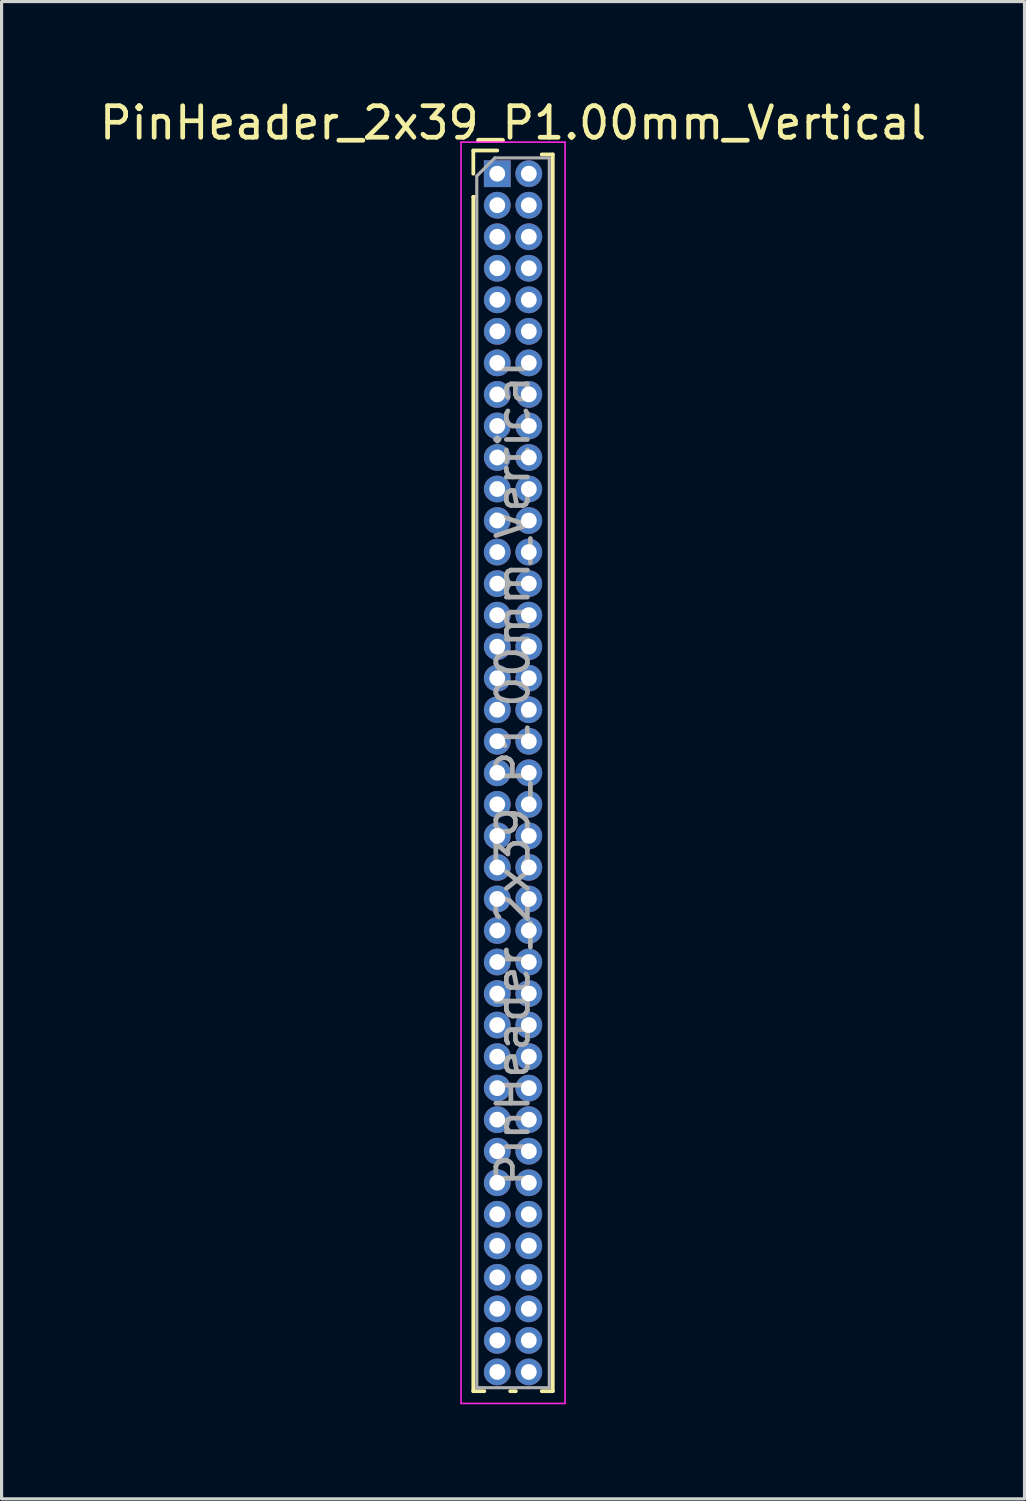
<source format=kicad_pcb>
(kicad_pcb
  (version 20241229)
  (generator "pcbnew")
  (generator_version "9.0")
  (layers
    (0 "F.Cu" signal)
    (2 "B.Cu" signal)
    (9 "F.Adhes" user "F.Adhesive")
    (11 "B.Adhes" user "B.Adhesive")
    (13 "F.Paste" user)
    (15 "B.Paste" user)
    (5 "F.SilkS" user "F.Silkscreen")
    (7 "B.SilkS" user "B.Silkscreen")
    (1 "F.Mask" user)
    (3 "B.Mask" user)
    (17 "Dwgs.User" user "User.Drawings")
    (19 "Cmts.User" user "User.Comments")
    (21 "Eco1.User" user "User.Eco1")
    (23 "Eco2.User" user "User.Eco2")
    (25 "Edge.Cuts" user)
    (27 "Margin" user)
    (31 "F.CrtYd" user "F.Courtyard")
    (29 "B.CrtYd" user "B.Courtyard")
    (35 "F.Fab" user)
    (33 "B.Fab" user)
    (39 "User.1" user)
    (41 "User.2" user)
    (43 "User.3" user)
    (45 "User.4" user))
  (footprint "PinHeader_2x39_P1.00mm_Vertical"
    (layer "F.Cu")
    (at 12.72 2.458)
    (property "Reference" "PinHeader_2x39_P1.00mm_Vertical" (at 0.5 -1.61 0) (layer "F.SilkS") (effects (font (size 1 1) (thickness 0.15))))
    (attr through_hole)
    (fp_line (start -0.76 -0.735) (end 0 -0.735) (stroke (width 0.12) (type solid)) (layer "F.SilkS"))
    (fp_line (start -0.76 0) (end -0.76 -0.735) (stroke (width 0.12) (type solid)) (layer "F.SilkS"))
    (fp_line (start -0.76 0.735) (end -0.76 38.61) (stroke (width 0.12) (type solid)) (layer "F.SilkS"))
    (fp_line (start -0.76 0.735) (end -0.686 0.735) (stroke (width 0.12) (type solid)) (layer "F.SilkS"))
    (fp_line (start -0.76 38.61) (end -0.41 38.61) (stroke (width 0.12) (type solid)) (layer "F.SilkS"))
    (fp_line (start 0.41 38.61) (end 0.59 38.61) (stroke (width 0.12) (type solid)) (layer "F.SilkS"))
    (fp_line (start 1.41 -0.61) (end 1.76 -0.61) (stroke (width 0.12) (type solid)) (layer "F.SilkS"))
    (fp_line (start 1.41 38.61) (end 1.76 38.61) (stroke (width 0.12) (type solid)) (layer "F.SilkS"))
    (fp_line (start 1.76 -0.61) (end 1.76 38.61) (stroke (width 0.12) (type solid)) (layer "F.SilkS"))
    (fp_line (start -1.15 -1) (end -1.15 39) (stroke (width 0.05) (type solid)) (layer "F.CrtYd"))
    (fp_line (start -1.15 39) (end 2.15 39) (stroke (width 0.05) (type solid)) (layer "F.CrtYd"))
    (fp_line (start 2.15 -1) (end -1.15 -1) (stroke (width 0.05) (type solid)) (layer "F.CrtYd"))
    (fp_line (start 2.15 39) (end 2.15 -1) (stroke (width 0.05) (type solid)) (layer "F.CrtYd"))
    (fp_line (start -0.65 0.075) (end -0.075 -0.5) (stroke (width 0.1) (type solid)) (layer "F.Fab"))
    (fp_line (start -0.65 38.5) (end -0.65 0.075) (stroke (width 0.1) (type solid)) (layer "F.Fab"))
    (fp_line (start -0.075 -0.5) (end 1.65 -0.5) (stroke (width 0.1) (type solid)) (layer "F.Fab"))
    (fp_line (start 1.65 -0.5) (end 1.65 38.5) (stroke (width 0.1) (type solid)) (layer "F.Fab"))
    (fp_line (start 1.65 38.5) (end -0.65 38.5) (stroke (width 0.1) (type solid)) (layer "F.Fab"))
    (fp_text user "${REFERENCE}" (at 0.5 19 90) (layer "F.Fab") (effects (font (size 1 1) (thickness 0.15))))
    (pad "1" thru_hole rect (at 0 0) (size 0.85 0.85) (drill 0.5) (layers "*.Cu" "*.Mask"))
    (pad "2" thru_hole circle (at 1 0) (size 0.85 0.85) (drill 0.5) (layers "*.Cu" "*.Mask"))
    (pad "3" thru_hole circle (at 0 1) (size 0.85 0.85) (drill 0.5) (layers "*.Cu" "*.Mask"))
    (pad "4" thru_hole circle (at 1 1) (size 0.85 0.85) (drill 0.5) (layers "*.Cu" "*.Mask"))
    (pad "5" thru_hole circle (at 0 2) (size 0.85 0.85) (drill 0.5) (layers "*.Cu" "*.Mask"))
    (pad "6" thru_hole circle (at 1 2) (size 0.85 0.85) (drill 0.5) (layers "*.Cu" "*.Mask"))
    (pad "7" thru_hole circle (at 0 3) (size 0.85 0.85) (drill 0.5) (layers "*.Cu" "*.Mask"))
    (pad "8" thru_hole circle (at 1 3) (size 0.85 0.85) (drill 0.5) (layers "*.Cu" "*.Mask"))
    (pad "9" thru_hole circle (at 0 4) (size 0.85 0.85) (drill 0.5) (layers "*.Cu" "*.Mask"))
    (pad "10" thru_hole circle (at 1 4) (size 0.85 0.85) (drill 0.5) (layers "*.Cu" "*.Mask"))
    (pad "11" thru_hole circle (at 0 5) (size 0.85 0.85) (drill 0.5) (layers "*.Cu" "*.Mask"))
    (pad "12" thru_hole circle (at 1 5) (size 0.85 0.85) (drill 0.5) (layers "*.Cu" "*.Mask"))
    (pad "13" thru_hole circle (at 0 6) (size 0.85 0.85) (drill 0.5) (layers "*.Cu" "*.Mask"))
    (pad "14" thru_hole circle (at 1 6) (size 0.85 0.85) (drill 0.5) (layers "*.Cu" "*.Mask"))
    (pad "15" thru_hole circle (at 0 7) (size 0.85 0.85) (drill 0.5) (layers "*.Cu" "*.Mask"))
    (pad "16" thru_hole circle (at 1 7) (size 0.85 0.85) (drill 0.5) (layers "*.Cu" "*.Mask"))
    (pad "17" thru_hole circle (at 0 8) (size 0.85 0.85) (drill 0.5) (layers "*.Cu" "*.Mask"))
    (pad "18" thru_hole circle (at 1 8) (size 0.85 0.85) (drill 0.5) (layers "*.Cu" "*.Mask"))
    (pad "19" thru_hole circle (at 0 9) (size 0.85 0.85) (drill 0.5) (layers "*.Cu" "*.Mask"))
    (pad "20" thru_hole circle (at 1 9) (size 0.85 0.85) (drill 0.5) (layers "*.Cu" "*.Mask"))
    (pad "21" thru_hole circle (at 0 10) (size 0.85 0.85) (drill 0.5) (layers "*.Cu" "*.Mask"))
    (pad "22" thru_hole circle (at 1 10) (size 0.85 0.85) (drill 0.5) (layers "*.Cu" "*.Mask"))
    (pad "23" thru_hole circle (at 0 11) (size 0.85 0.85) (drill 0.5) (layers "*.Cu" "*.Mask"))
    (pad "24" thru_hole circle (at 1 11) (size 0.85 0.85) (drill 0.5) (layers "*.Cu" "*.Mask"))
    (pad "25" thru_hole circle (at 0 12) (size 0.85 0.85) (drill 0.5) (layers "*.Cu" "*.Mask"))
    (pad "26" thru_hole circle (at 1 12) (size 0.85 0.85) (drill 0.5) (layers "*.Cu" "*.Mask"))
    (pad "27" thru_hole circle (at 0 13) (size 0.85 0.85) (drill 0.5) (layers "*.Cu" "*.Mask"))
    (pad "28" thru_hole circle (at 1 13) (size 0.85 0.85) (drill 0.5) (layers "*.Cu" "*.Mask"))
    (pad "29" thru_hole circle (at 0 14) (size 0.85 0.85) (drill 0.5) (layers "*.Cu" "*.Mask"))
    (pad "30" thru_hole circle (at 1 14) (size 0.85 0.85) (drill 0.5) (layers "*.Cu" "*.Mask"))
    (pad "31" thru_hole circle (at 0 15) (size 0.85 0.85) (drill 0.5) (layers "*.Cu" "*.Mask"))
    (pad "32" thru_hole circle (at 1 15) (size 0.85 0.85) (drill 0.5) (layers "*.Cu" "*.Mask"))
    (pad "33" thru_hole circle (at 0 16) (size 0.85 0.85) (drill 0.5) (layers "*.Cu" "*.Mask"))
    (pad "34" thru_hole circle (at 1 16) (size 0.85 0.85) (drill 0.5) (layers "*.Cu" "*.Mask"))
    (pad "35" thru_hole circle (at 0 17) (size 0.85 0.85) (drill 0.5) (layers "*.Cu" "*.Mask"))
    (pad "36" thru_hole circle (at 1 17) (size 0.85 0.85) (drill 0.5) (layers "*.Cu" "*.Mask"))
    (pad "37" thru_hole circle (at 0 18) (size 0.85 0.85) (drill 0.5) (layers "*.Cu" "*.Mask"))
    (pad "38" thru_hole circle (at 1 18) (size 0.85 0.85) (drill 0.5) (layers "*.Cu" "*.Mask"))
    (pad "39" thru_hole circle (at 0 19) (size 0.85 0.85) (drill 0.5) (layers "*.Cu" "*.Mask"))
    (pad "40" thru_hole circle (at 1 19) (size 0.85 0.85) (drill 0.5) (layers "*.Cu" "*.Mask"))
    (pad "41" thru_hole circle (at 0 20) (size 0.85 0.85) (drill 0.5) (layers "*.Cu" "*.Mask"))
    (pad "42" thru_hole circle (at 1 20) (size 0.85 0.85) (drill 0.5) (layers "*.Cu" "*.Mask"))
    (pad "43" thru_hole circle (at 0 21) (size 0.85 0.85) (drill 0.5) (layers "*.Cu" "*.Mask"))
    (pad "44" thru_hole circle (at 1 21) (size 0.85 0.85) (drill 0.5) (layers "*.Cu" "*.Mask"))
    (pad "45" thru_hole circle (at 0 22) (size 0.85 0.85) (drill 0.5) (layers "*.Cu" "*.Mask"))
    (pad "46" thru_hole circle (at 1 22) (size 0.85 0.85) (drill 0.5) (layers "*.Cu" "*.Mask"))
    (pad "47" thru_hole circle (at 0 23) (size 0.85 0.85) (drill 0.5) (layers "*.Cu" "*.Mask"))
    (pad "48" thru_hole circle (at 1 23) (size 0.85 0.85) (drill 0.5) (layers "*.Cu" "*.Mask"))
    (pad "49" thru_hole circle (at 0 24) (size 0.85 0.85) (drill 0.5) (layers "*.Cu" "*.Mask"))
    (pad "50" thru_hole circle (at 1 24) (size 0.85 0.85) (drill 0.5) (layers "*.Cu" "*.Mask"))
    (pad "51" thru_hole circle (at 0 25) (size 0.85 0.85) (drill 0.5) (layers "*.Cu" "*.Mask"))
    (pad "52" thru_hole circle (at 1 25) (size 0.85 0.85) (drill 0.5) (layers "*.Cu" "*.Mask"))
    (pad "53" thru_hole circle (at 0 26) (size 0.85 0.85) (drill 0.5) (layers "*.Cu" "*.Mask"))
    (pad "54" thru_hole circle (at 1 26) (size 0.85 0.85) (drill 0.5) (layers "*.Cu" "*.Mask"))
    (pad "55" thru_hole circle (at 0 27) (size 0.85 0.85) (drill 0.5) (layers "*.Cu" "*.Mask"))
    (pad "56" thru_hole circle (at 1 27) (size 0.85 0.85) (drill 0.5) (layers "*.Cu" "*.Mask"))
    (pad "57" thru_hole circle (at 0 28) (size 0.85 0.85) (drill 0.5) (layers "*.Cu" "*.Mask"))
    (pad "58" thru_hole circle (at 1 28) (size 0.85 0.85) (drill 0.5) (layers "*.Cu" "*.Mask"))
    (pad "59" thru_hole circle (at 0 29) (size 0.85 0.85) (drill 0.5) (layers "*.Cu" "*.Mask"))
    (pad "60" thru_hole circle (at 1 29) (size 0.85 0.85) (drill 0.5) (layers "*.Cu" "*.Mask"))
    (pad "61" thru_hole circle (at 0 30) (size 0.85 0.85) (drill 0.5) (layers "*.Cu" "*.Mask"))
    (pad "62" thru_hole circle (at 1 30) (size 0.85 0.85) (drill 0.5) (layers "*.Cu" "*.Mask"))
    (pad "63" thru_hole circle (at 0 31) (size 0.85 0.85) (drill 0.5) (layers "*.Cu" "*.Mask"))
    (pad "64" thru_hole circle (at 1 31) (size 0.85 0.85) (drill 0.5) (layers "*.Cu" "*.Mask"))
    (pad "65" thru_hole circle (at 0 32) (size 0.85 0.85) (drill 0.5) (layers "*.Cu" "*.Mask"))
    (pad "66" thru_hole circle (at 1 32) (size 0.85 0.85) (drill 0.5) (layers "*.Cu" "*.Mask"))
    (pad "67" thru_hole circle (at 0 33) (size 0.85 0.85) (drill 0.5) (layers "*.Cu" "*.Mask"))
    (pad "68" thru_hole circle (at 1 33) (size 0.85 0.85) (drill 0.5) (layers "*.Cu" "*.Mask"))
    (pad "69" thru_hole circle (at 0 34) (size 0.85 0.85) (drill 0.5) (layers "*.Cu" "*.Mask"))
    (pad "70" thru_hole circle (at 1 34) (size 0.85 0.85) (drill 0.5) (layers "*.Cu" "*.Mask"))
    (pad "71" thru_hole circle (at 0 35) (size 0.85 0.85) (drill 0.5) (layers "*.Cu" "*.Mask"))
    (pad "72" thru_hole circle (at 1 35) (size 0.85 0.85) (drill 0.5) (layers "*.Cu" "*.Mask"))
    (pad "73" thru_hole circle (at 0 36) (size 0.85 0.85) (drill 0.5) (layers "*.Cu" "*.Mask"))
    (pad "74" thru_hole circle (at 1 36) (size 0.85 0.85) (drill 0.5) (layers "*.Cu" "*.Mask"))
    (pad "75" thru_hole circle (at 0 37) (size 0.85 0.85) (drill 0.5) (layers "*.Cu" "*.Mask"))
    (pad "76" thru_hole circle (at 1 37) (size 0.85 0.85) (drill 0.5) (layers "*.Cu" "*.Mask"))
    (pad "77" thru_hole circle (at 0 38) (size 0.85 0.85) (drill 0.5) (layers "*.Cu" "*.Mask"))
    (pad "78" thru_hole circle (at 1 38) (size 0.85 0.85) (drill 0.5) (layers "*.Cu" "*.Mask")))
  (gr_rect
    (start -3 -3)
    (end 29.44 44.483)
    (stroke (width 0.1) (type default))
    (fill no)
    (layer "Edge.Cuts")))
</source>
